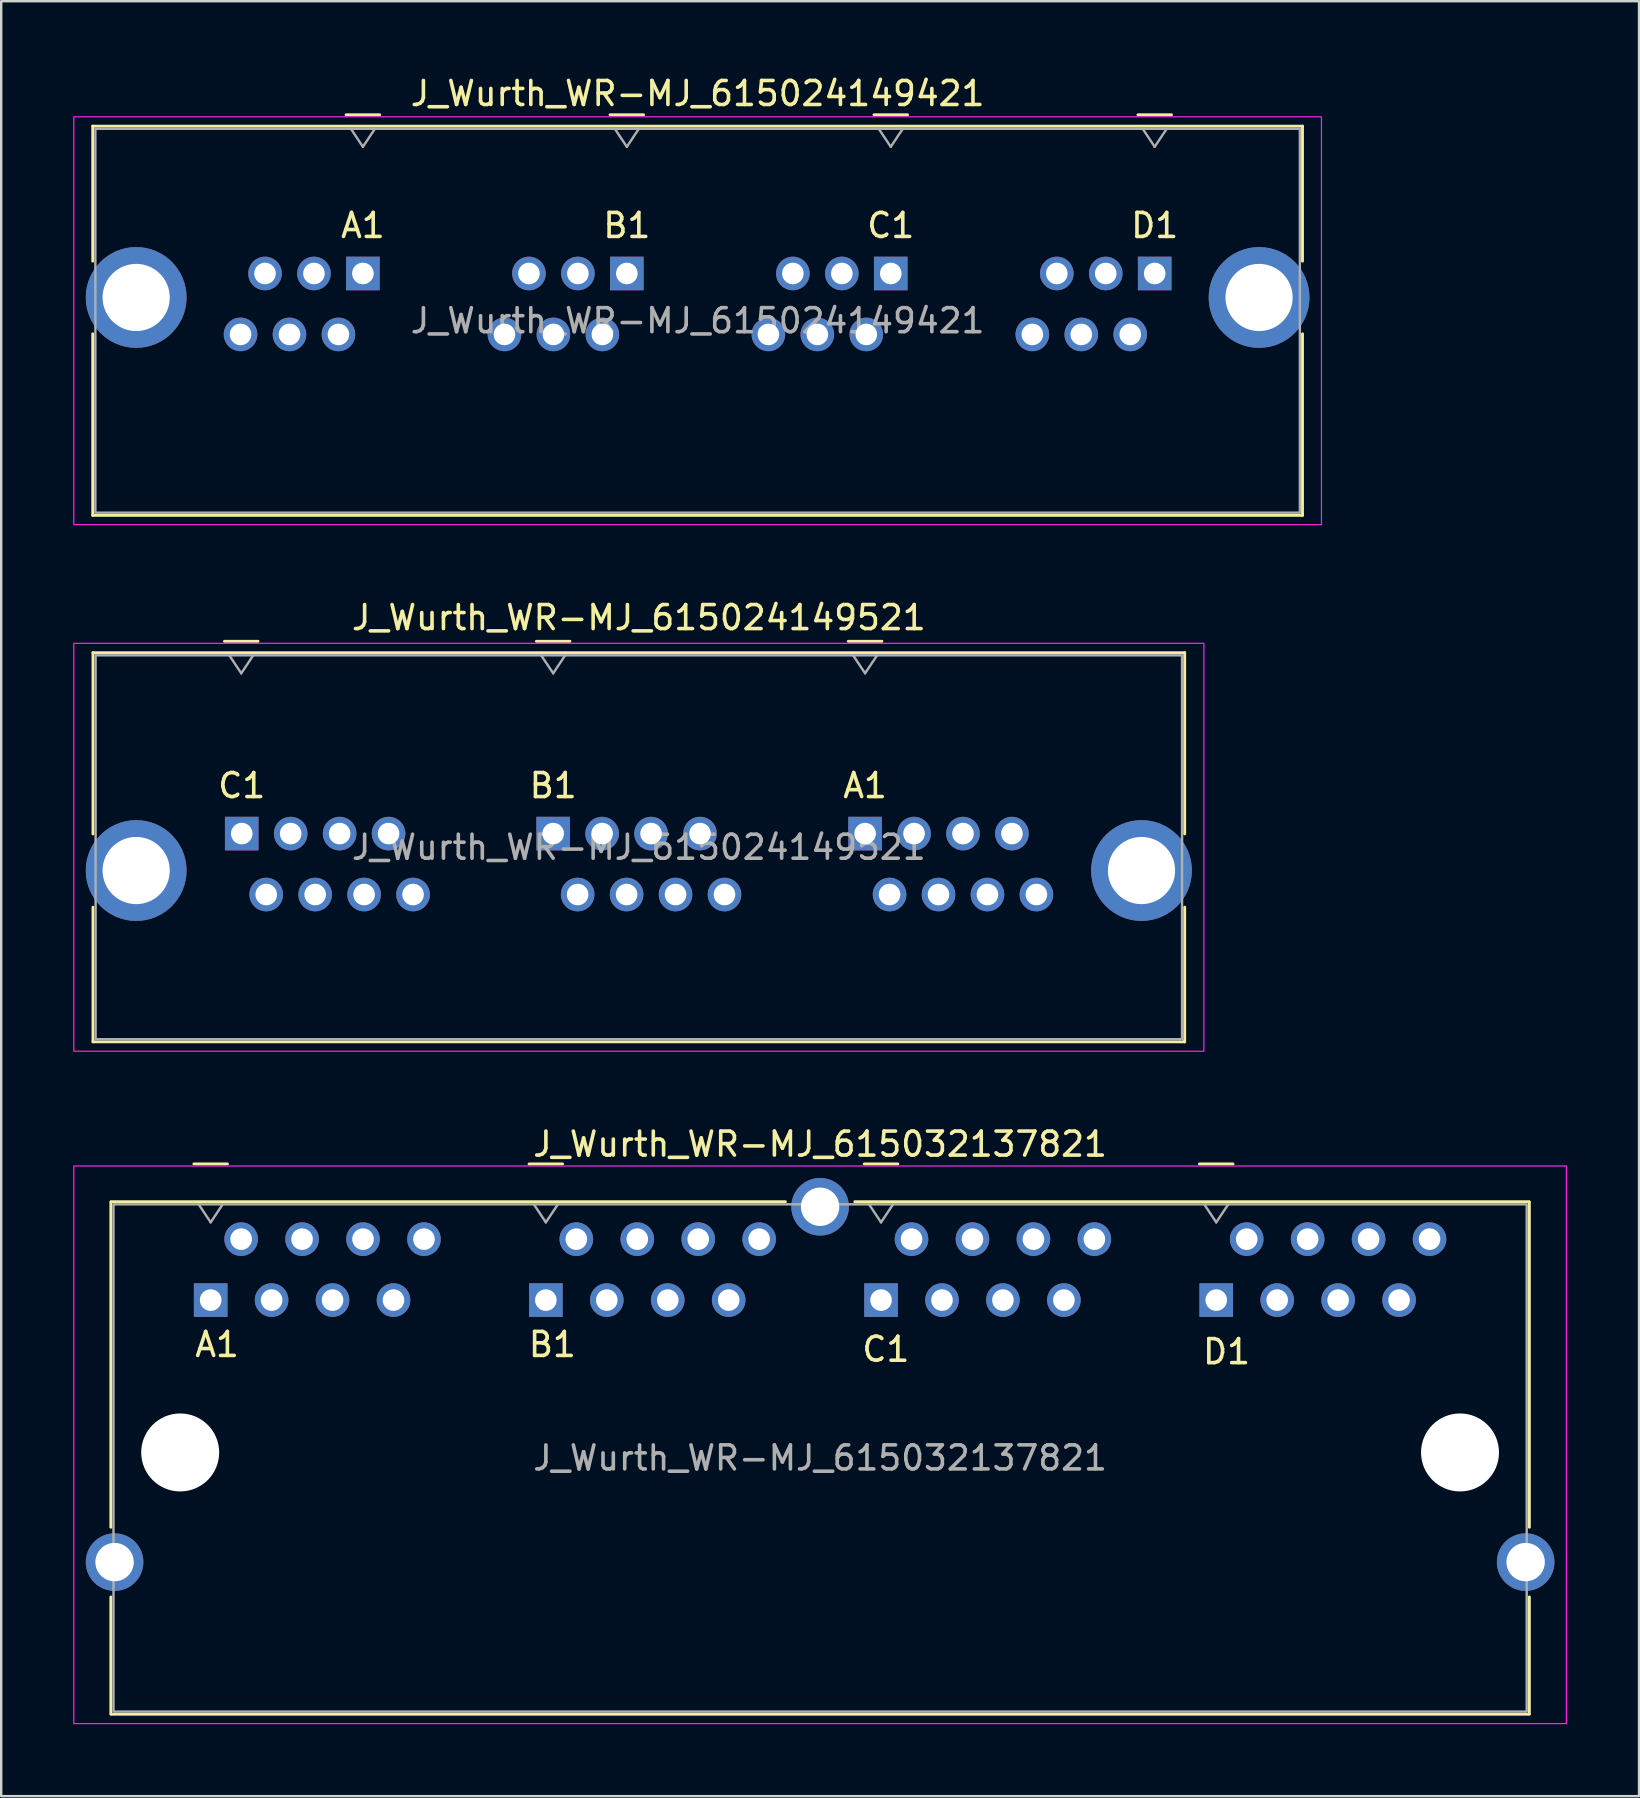
<source format=kicad_pcb>
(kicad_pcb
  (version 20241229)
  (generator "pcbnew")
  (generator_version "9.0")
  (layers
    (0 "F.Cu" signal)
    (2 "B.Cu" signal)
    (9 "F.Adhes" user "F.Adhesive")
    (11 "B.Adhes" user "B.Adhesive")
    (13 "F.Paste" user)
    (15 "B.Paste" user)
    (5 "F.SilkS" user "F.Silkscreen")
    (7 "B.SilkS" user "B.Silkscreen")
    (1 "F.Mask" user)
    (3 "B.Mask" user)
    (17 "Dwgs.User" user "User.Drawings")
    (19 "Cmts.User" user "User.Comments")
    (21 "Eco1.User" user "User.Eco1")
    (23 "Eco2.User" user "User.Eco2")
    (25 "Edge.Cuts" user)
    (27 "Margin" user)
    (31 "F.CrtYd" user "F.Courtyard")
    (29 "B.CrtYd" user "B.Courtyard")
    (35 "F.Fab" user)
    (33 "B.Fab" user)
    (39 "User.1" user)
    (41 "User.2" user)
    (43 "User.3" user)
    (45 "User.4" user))
  (footprint "J_Wurth_WR-MJ_615024149421"
    (layer "F.Cu")
    (at 12.075 8.348)
    (property "Reference" "J_Wurth_WR-MJ_615024149421" (at 13.95 -7.5 0) (unlocked yes) (layer "F.SilkS") (effects (font (size 1 1) (thickness 0.15))))
    (attr through_hole)
    (fp_line (start -11.26 -0.514) (end -11.26 -6.14) (stroke (width 0.12) (type solid)) (layer "F.SilkS"))
    (fp_line (start -11.26 2.514) (end -11.26 10.08) (stroke (width 0.12) (type solid)) (layer "F.SilkS"))
    (fp_line (start 0.7 -6.615) (end -0.7 -6.615) (stroke (width 0.12) (type solid)) (layer "F.SilkS"))
    (fp_line (start 11.7 -6.615) (end 10.3 -6.615) (stroke (width 0.12) (type solid)) (layer "F.SilkS"))
    (fp_line (start 22.7 -6.615) (end 21.3 -6.615) (stroke (width 0.12) (type solid)) (layer "F.SilkS"))
    (fp_line (start 33.7 -6.615) (end 32.3 -6.615) (stroke (width 0.12) (type solid)) (layer "F.SilkS"))
    (fp_line (start 39.16 -6.14) (end -11.26 -6.14) (stroke (width 0.12) (type solid)) (layer "F.SilkS"))
    (fp_line (start 39.16 -0.514) (end 39.16 -6.14) (stroke (width 0.12) (type solid)) (layer "F.SilkS"))
    (fp_line (start 39.16 2.514) (end 39.16 10.08) (stroke (width 0.12) (type solid)) (layer "F.SilkS"))
    (fp_line (start 39.16 10.08) (end -11.26 10.08) (stroke (width 0.12) (type solid)) (layer "F.SilkS"))
    (fp_rect (start -12.05 -6.53) (end 39.95 10.47) (stroke (width 0.05) (type solid)) (fill no) (layer "F.CrtYd"))
    (fp_line (start 0 -5.28) (end -0.5 -6.03) (stroke (width 0.1) (type solid)) (layer "F.Fab"))
    (fp_line (start 0 -5.28) (end 0.5 -6.03) (stroke (width 0.1) (type solid)) (layer "F.Fab"))
    (fp_line (start 11 -5.28) (end 10.5 -6.03) (stroke (width 0.1) (type solid)) (layer "F.Fab"))
    (fp_line (start 11 -5.28) (end 11.5 -6.03) (stroke (width 0.1) (type solid)) (layer "F.Fab"))
    (fp_line (start 22 -5.28) (end 21.5 -6.03) (stroke (width 0.1) (type solid)) (layer "F.Fab"))
    (fp_line (start 22 -5.28) (end 22.5 -6.03) (stroke (width 0.1) (type solid)) (layer "F.Fab"))
    (fp_line (start 33 -5.28) (end 32.5 -6.03) (stroke (width 0.1) (type solid)) (layer "F.Fab"))
    (fp_line (start 33 -5.28) (end 33.5 -6.03) (stroke (width 0.1) (type solid)) (layer "F.Fab"))
    (fp_rect (start -11.15 -6.03) (end 39.05 9.97) (stroke (width 0.1) (type solid)) (fill no) (layer "F.Fab"))
    (fp_text user "C1" (at 22 -2 0) (unlocked yes) (layer "F.SilkS") (effects (font (size 1 1) (thickness 0.15))))
    (fp_text user "A1" (at 0 -2 0) (unlocked yes) (layer "F.SilkS") (effects (font (size 1 1) (thickness 0.15))))
    (fp_text user "D1" (at 33 -2 0) (unlocked yes) (layer "F.SilkS") (effects (font (size 1 1) (thickness 0.15))))
    (fp_text user "B1" (at 11 -2 0) (unlocked yes) (layer "F.SilkS") (effects (font (size 1 1) (thickness 0.15))))
    (fp_text user "${REFERENCE}" (at 13.95 1.97 0) (unlocked yes) (layer "F.Fab") (effects (font (size 1 1) (thickness 0.15))))
    (pad "A1" thru_hole rect (at 0 0) (size 1.4 1.4) (drill 0.9) (layers "*.Cu" "*.Mask"))
    (pad "A2" thru_hole circle (at -1.02 2.54) (size 1.4 1.4) (drill 0.9) (layers "*.Cu" "*.Mask"))
    (pad "A3" thru_hole circle (at -2.04 0) (size 1.4 1.4) (drill 0.9) (layers "*.Cu" "*.Mask"))
    (pad "A4" thru_hole circle (at -3.06 2.54) (size 1.4 1.4) (drill 0.9) (layers "*.Cu" "*.Mask"))
    (pad "A5" thru_hole circle (at -4.08 0) (size 1.4 1.4) (drill 0.9) (layers "*.Cu" "*.Mask"))
    (pad "A6" thru_hole circle (at -5.1 2.54) (size 1.4 1.4) (drill 0.9) (layers "*.Cu" "*.Mask"))
    (pad "B1" thru_hole rect (at 11 0) (size 1.4 1.4) (drill 0.9) (layers "*.Cu" "*.Mask"))
    (pad "B2" thru_hole circle (at 9.98 2.54) (size 1.4 1.4) (drill 0.9) (layers "*.Cu" "*.Mask"))
    (pad "B3" thru_hole circle (at 8.96 0) (size 1.4 1.4) (drill 0.9) (layers "*.Cu" "*.Mask"))
    (pad "B4" thru_hole circle (at 7.94 2.54) (size 1.4 1.4) (drill 0.9) (layers "*.Cu" "*.Mask"))
    (pad "B5" thru_hole circle (at 6.92 0) (size 1.4 1.4) (drill 0.9) (layers "*.Cu" "*.Mask"))
    (pad "B6" thru_hole circle (at 5.9 2.54) (size 1.4 1.4) (drill 0.9) (layers "*.Cu" "*.Mask"))
    (pad "C1" thru_hole rect (at 22 0) (size 1.4 1.4) (drill 0.9) (layers "*.Cu" "*.Mask"))
    (pad "C2" thru_hole circle (at 20.98 2.54) (size 1.4 1.4) (drill 0.9) (layers "*.Cu" "*.Mask"))
    (pad "C3" thru_hole circle (at 19.96 0) (size 1.4 1.4) (drill 0.9) (layers "*.Cu" "*.Mask"))
    (pad "C4" thru_hole circle (at 18.94 2.54) (size 1.4 1.4) (drill 0.9) (layers "*.Cu" "*.Mask"))
    (pad "C5" thru_hole circle (at 17.92 0) (size 1.4 1.4) (drill 0.9) (layers "*.Cu" "*.Mask"))
    (pad "C6" thru_hole circle (at 16.9 2.54) (size 1.4 1.4) (drill 0.9) (layers "*.Cu" "*.Mask"))
    (pad "D1" thru_hole rect (at 33 0) (size 1.4 1.4) (drill 0.9) (layers "*.Cu" "*.Mask"))
    (pad "D2" thru_hole circle (at 31.98 2.54) (size 1.4 1.4) (drill 0.9) (layers "*.Cu" "*.Mask"))
    (pad "D3" thru_hole circle (at 30.96 0) (size 1.4 1.4) (drill 0.9) (layers "*.Cu" "*.Mask"))
    (pad "D4" thru_hole circle (at 29.94 2.54) (size 1.4 1.4) (drill 0.9) (layers "*.Cu" "*.Mask"))
    (pad "D5" thru_hole circle (at 28.92 0) (size 1.4 1.4) (drill 0.9) (layers "*.Cu" "*.Mask"))
    (pad "D6" thru_hole circle (at 27.9 2.54) (size 1.4 1.4) (drill 0.9) (layers "*.Cu" "*.Mask"))
    (pad "S1" thru_hole circle (at -9.45 1) (size 4.2 4.2) (drill 2.8) (layers "*.Cu" "*.Mask"))
    (pad "S2" thru_hole circle (at 37.35 1) (size 4.2 4.2) (drill 2.8) (layers "*.Cu" "*.Mask")))
  (footprint "J_Wurth_WR-MJ_615032137821"
    (layer "F.Cu")
    (at 5.73 51.135)
    (property "Reference" "J_Wurth_WR-MJ_615032137821" (at 25.4 -6.5 0) (unlocked yes) (layer "F.SilkS") (effects (font (size 1 1) (thickness 0.15))))
    (attr through_hole)
    (fp_line (start -4.16 -4.09) (end -4.16 9.468) (stroke (width 0.12) (type solid)) (layer "F.SilkS"))
    (fp_line (start -4.16 12.372) (end -4.16 17.25) (stroke (width 0.12) (type solid)) (layer "F.SilkS"))
    (fp_line (start -4.15 17.26) (end 54.95 17.26) (stroke (width 0.12) (type solid)) (layer "F.SilkS"))
    (fp_line (start 0.7 -5.675) (end -0.7 -5.675) (stroke (width 0.12) (type solid)) (layer "F.SilkS"))
    (fp_line (start 14.67 -5.675) (end 13.27 -5.675) (stroke (width 0.12) (type solid)) (layer "F.SilkS"))
    (fp_line (start 23.955 -4.1) (end -4.15 -4.1) (stroke (width 0.12) (type solid)) (layer "F.SilkS"))
    (fp_line (start 26.845 -4.1) (end 54.95 -4.1) (stroke (width 0.12) (type solid)) (layer "F.SilkS"))
    (fp_line (start 28.64 -5.675) (end 27.24 -5.675) (stroke (width 0.12) (type solid)) (layer "F.SilkS"))
    (fp_line (start 42.61 -5.675) (end 41.21 -5.675) (stroke (width 0.12) (type solid)) (layer "F.SilkS"))
    (fp_line (start 54.96 -4.09) (end 54.96 9.468) (stroke (width 0.12) (type solid)) (layer "F.SilkS"))
    (fp_line (start 54.96 17.25) (end 54.96 12.372) (stroke (width 0.12) (type solid)) (layer "F.SilkS"))
    (fp_rect (start -5.705 -5.59) (end 56.505 17.65) (stroke (width 0.05) (type solid)) (fill no) (layer "F.CrtYd"))
    (fp_line (start 0 -3.24) (end -0.5 -3.99) (stroke (width 0.1) (type solid)) (layer "F.Fab"))
    (fp_line (start 0 -3.24) (end 0.5 -3.99) (stroke (width 0.1) (type solid)) (layer "F.Fab"))
    (fp_line (start 13.97 -3.24) (end 13.47 -3.99) (stroke (width 0.1) (type solid)) (layer "F.Fab"))
    (fp_line (start 13.97 -3.24) (end 14.47 -3.99) (stroke (width 0.1) (type solid)) (layer "F.Fab"))
    (fp_line (start 27.94 -3.24) (end 27.44 -3.99) (stroke (width 0.1) (type solid)) (layer "F.Fab"))
    (fp_line (start 27.94 -3.24) (end 28.44 -3.99) (stroke (width 0.1) (type solid)) (layer "F.Fab"))
    (fp_line (start 41.91 -3.24) (end 41.41 -3.99) (stroke (width 0.1) (type solid)) (layer "F.Fab"))
    (fp_line (start 41.91 -3.24) (end 42.41 -3.99) (stroke (width 0.1) (type solid)) (layer "F.Fab"))
    (fp_rect (start -4.05 -3.99) (end 54.85 17.15) (stroke (width 0.1) (type solid)) (fill no) (layer "F.Fab"))
    (fp_text user "D1" (at 41.265 2.735 0) (unlocked yes) (layer "F.SilkS") (effects (font (size 1 1) (thickness 0.15)) (justify left bottom)))
    (fp_text user "B1" (at 13.165 2.435 0) (unlocked yes) (layer "F.SilkS") (effects (font (size 1 1) (thickness 0.15)) (justify left bottom)))
    (fp_text user "A1" (at -0.735 2.435 0) (unlocked yes) (layer "F.SilkS") (effects (font (size 1 1) (thickness 0.15)) (justify left bottom)))
    (fp_text user "C1" (at 27.065 2.635 0) (unlocked yes) (layer "F.SilkS") (effects (font (size 1 1) (thickness 0.15)) (justify left bottom)))
    (fp_text user "${REFERENCE}" (at 25.4 6.58 0) (unlocked yes) (layer "F.Fab") (effects (font (size 1 1) (thickness 0.15))))
    (pad "" np_thru_hole circle (at -1.27 6.35) (size 3.25 3.25) (drill 3.25) (layers "*.Cu" "*.Mask"))
    (pad "" np_thru_hole circle (at 52.07 6.35) (size 3.25 3.25) (drill 3.25) (layers "*.Cu" "*.Mask"))
    (pad "A1" thru_hole rect (at 0 0) (size 1.4 1.4) (drill 0.9) (layers "*.Cu" "*.Mask"))
    (pad "A2" thru_hole circle (at 1.27 -2.54) (size 1.4 1.4) (drill 0.9) (layers "*.Cu" "*.Mask"))
    (pad "A3" thru_hole circle (at 2.54 0) (size 1.4 1.4) (drill 0.9) (layers "*.Cu" "*.Mask"))
    (pad "A4" thru_hole circle (at 3.81 -2.54) (size 1.4 1.4) (drill 0.9) (layers "*.Cu" "*.Mask"))
    (pad "A5" thru_hole circle (at 5.08 0) (size 1.4 1.4) (drill 0.9) (layers "*.Cu" "*.Mask"))
    (pad "A6" thru_hole circle (at 6.35 -2.54) (size 1.4 1.4) (drill 0.9) (layers "*.Cu" "*.Mask"))
    (pad "A7" thru_hole circle (at 7.62 0) (size 1.4 1.4) (drill 0.9) (layers "*.Cu" "*.Mask"))
    (pad "A8" thru_hole circle (at 8.89 -2.54) (size 1.4 1.4) (drill 0.9) (layers "*.Cu" "*.Mask"))
    (pad "B1" thru_hole rect (at 13.97 0) (size 1.4 1.4) (drill 0.9) (layers "*.Cu" "*.Mask"))
    (pad "B2" thru_hole circle (at 15.24 -2.54) (size 1.4 1.4) (drill 0.9) (layers "*.Cu" "*.Mask"))
    (pad "B3" thru_hole circle (at 16.51 0) (size 1.4 1.4) (drill 0.9) (layers "*.Cu" "*.Mask"))
    (pad "B4" thru_hole circle (at 17.78 -2.54) (size 1.4 1.4) (drill 0.9) (layers "*.Cu" "*.Mask"))
    (pad "B5" thru_hole circle (at 19.05 0) (size 1.4 1.4) (drill 0.9) (layers "*.Cu" "*.Mask"))
    (pad "B6" thru_hole circle (at 20.32 -2.54) (size 1.4 1.4) (drill 0.9) (layers "*.Cu" "*.Mask"))
    (pad "B7" thru_hole circle (at 21.59 0) (size 1.4 1.4) (drill 0.9) (layers "*.Cu" "*.Mask"))
    (pad "B8" thru_hole circle (at 22.86 -2.54) (size 1.4 1.4) (drill 0.9) (layers "*.Cu" "*.Mask"))
    (pad "C1" thru_hole rect (at 27.94 0) (size 1.4 1.4) (drill 0.9) (layers "*.Cu" "*.Mask"))
    (pad "C2" thru_hole circle (at 29.21 -2.54) (size 1.4 1.4) (drill 0.9) (layers "*.Cu" "*.Mask"))
    (pad "C3" thru_hole circle (at 30.48 0) (size 1.4 1.4) (drill 0.9) (layers "*.Cu" "*.Mask"))
    (pad "C4" thru_hole circle (at 31.75 -2.54) (size 1.4 1.4) (drill 0.9) (layers "*.Cu" "*.Mask"))
    (pad "C5" thru_hole circle (at 33.02 0) (size 1.4 1.4) (drill 0.9) (layers "*.Cu" "*.Mask"))
    (pad "C6" thru_hole circle (at 34.29 -2.54) (size 1.4 1.4) (drill 0.9) (layers "*.Cu" "*.Mask"))
    (pad "C7" thru_hole circle (at 35.56 0) (size 1.4 1.4) (drill 0.9) (layers "*.Cu" "*.Mask"))
    (pad "C8" thru_hole circle (at 36.83 -2.54) (size 1.4 1.4) (drill 0.9) (layers "*.Cu" "*.Mask"))
    (pad "D1" thru_hole rect (at 41.91 0) (size 1.4 1.4) (drill 0.9) (layers "*.Cu" "*.Mask"))
    (pad "D2" thru_hole circle (at 43.18 -2.54) (size 1.4 1.4) (drill 0.9) (layers "*.Cu" "*.Mask"))
    (pad "D3" thru_hole circle (at 44.45 0) (size 1.4 1.4) (drill 0.9) (layers "*.Cu" "*.Mask"))
    (pad "D4" thru_hole circle (at 45.72 -2.54) (size 1.4 1.4) (drill 0.9) (layers "*.Cu" "*.Mask"))
    (pad "D5" thru_hole circle (at 46.99 0) (size 1.4 1.4) (drill 0.9) (layers "*.Cu" "*.Mask"))
    (pad "D6" thru_hole circle (at 48.26 -2.54) (size 1.4 1.4) (drill 0.9) (layers "*.Cu" "*.Mask"))
    (pad "D7" thru_hole circle (at 49.53 0) (size 1.4 1.4) (drill 0.9) (layers "*.Cu" "*.Mask"))
    (pad "D8" thru_hole circle (at 50.8 -2.54) (size 1.4 1.4) (drill 0.9) (layers "*.Cu" "*.Mask"))
    (pad "S1" thru_hole circle (at -4.005 10.92) (size 2.4 2.4) (drill 1.6) (layers "*.Cu" "*.Mask"))
    (pad "S2" thru_hole circle (at 25.4 -3.89) (size 2.4 2.4) (drill 1.6) (layers "*.Cu" "*.Mask"))
    (pad "S3" thru_hole circle (at 54.805 10.92) (size 2.4 2.4) (drill 1.6) (layers "*.Cu" "*.Mask")))
  (footprint "J_Wurth_WR-MJ_615024149521"
    (layer "F.Cu")
    (at 33.005 31.692)
    (property "Reference" "J_Wurth_WR-MJ_615024149521" (at -9.43 -9 0) (unlocked yes) (layer "F.SilkS") (effects (font (size 1 1) (thickness 0.15))))
    (attr through_hole)
    (fp_line (start -32.18 -7.54) (end 13.32 -7.54) (stroke (width 0.12) (type solid)) (layer "F.SilkS"))
    (fp_line (start -32.18 0.014) (end -32.18 -7.54) (stroke (width 0.12) (type solid)) (layer "F.SilkS"))
    (fp_line (start -32.18 3.066) (end -32.18 8.68) (stroke (width 0.12) (type solid)) (layer "F.SilkS"))
    (fp_line (start -32.18 8.68) (end 13.32 8.68) (stroke (width 0.12) (type solid)) (layer "F.SilkS"))
    (fp_line (start -25.3 -8.015) (end -26.7 -8.015) (stroke (width 0.12) (type solid)) (layer "F.SilkS"))
    (fp_line (start -12.3 -8.015) (end -13.7 -8.015) (stroke (width 0.12) (type solid)) (layer "F.SilkS"))
    (fp_line (start 0.7 -8.015) (end -0.7 -8.015) (stroke (width 0.12) (type solid)) (layer "F.SilkS"))
    (fp_line (start 13.32 0.014) (end 13.32 -7.54) (stroke (width 0.12) (type solid)) (layer "F.SilkS"))
    (fp_line (start 13.32 3.066) (end 13.32 8.68) (stroke (width 0.12) (type solid)) (layer "F.SilkS"))
    (fp_rect (start -32.98 -7.93) (end 14.12 9.07) (stroke (width 0.05) (type solid)) (fill no) (layer "F.CrtYd"))
    (fp_line (start -26 -6.68) (end -26.5 -7.43) (stroke (width 0.1) (type solid)) (layer "F.Fab"))
    (fp_line (start -26 -6.68) (end -25.5 -7.43) (stroke (width 0.1) (type solid)) (layer "F.Fab"))
    (fp_line (start -13 -6.68) (end -13.5 -7.43) (stroke (width 0.1) (type solid)) (layer "F.Fab"))
    (fp_line (start -13 -6.68) (end -12.5 -7.43) (stroke (width 0.1) (type solid)) (layer "F.Fab"))
    (fp_line (start 0 -6.68) (end -0.5 -7.43) (stroke (width 0.1) (type solid)) (layer "F.Fab"))
    (fp_line (start 0 -6.68) (end 0.5 -7.43) (stroke (width 0.1) (type solid)) (layer "F.Fab"))
    (fp_rect (start -32.07 -7.43) (end 13.21 8.57) (stroke (width 0.1) (type solid)) (fill no) (layer "F.Fab"))
    (fp_text user "A1" (at 0 -2 0) (unlocked yes) (layer "F.SilkS") (effects (font (size 1 1) (thickness 0.15))))
    (fp_text user "C1" (at -25.98 -2 0) (unlocked yes) (layer "F.SilkS") (effects (font (size 1 1) (thickness 0.15))))
    (fp_text user "B1" (at -13 -2 0) (unlocked yes) (layer "F.SilkS") (effects (font (size 1 1) (thickness 0.15))))
    (fp_text user "${REFERENCE}" (at -9.43 0.57 0) (unlocked yes) (layer "F.Fab") (effects (font (size 1 1) (thickness 0.15))))
    (pad "A1" thru_hole rect (at 0 0 180) (size 1.4 1.4) (drill 0.9) (layers "*.Cu" "*.Mask"))
    (pad "A2" thru_hole circle (at 1.02 2.54 180) (size 1.4 1.4) (drill 0.9) (layers "*.Cu" "*.Mask"))
    (pad "A3" thru_hole circle (at 2.04 0 180) (size 1.4 1.4) (drill 0.9) (layers "*.Cu" "*.Mask"))
    (pad "A4" thru_hole circle (at 3.06 2.54 180) (size 1.4 1.4) (drill 0.9) (layers "*.Cu" "*.Mask"))
    (pad "A5" thru_hole circle (at 4.08 0 180) (size 1.4 1.4) (drill 0.9) (layers "*.Cu" "*.Mask"))
    (pad "A6" thru_hole circle (at 5.1 2.54 180) (size 1.4 1.4) (drill 0.9) (layers "*.Cu" "*.Mask"))
    (pad "A7" thru_hole circle (at 6.12 0 180) (size 1.4 1.4) (drill 0.9) (layers "*.Cu" "*.Mask"))
    (pad "A8" thru_hole circle (at 7.14 2.54 180) (size 1.4 1.4) (drill 0.9) (layers "*.Cu" "*.Mask"))
    (pad "B1" thru_hole rect (at -13 0 180) (size 1.4 1.4) (drill 0.9) (layers "*.Cu" "*.Mask"))
    (pad "B2" thru_hole circle (at -11.98 2.54 180) (size 1.4 1.4) (drill 0.9) (layers "*.Cu" "*.Mask"))
    (pad "B3" thru_hole circle (at -10.96 0 180) (size 1.4 1.4) (drill 0.9) (layers "*.Cu" "*.Mask"))
    (pad "B4" thru_hole circle (at -9.94 2.54 180) (size 1.4 1.4) (drill 0.9) (layers "*.Cu" "*.Mask"))
    (pad "B5" thru_hole circle (at -8.92 0 180) (size 1.4 1.4) (drill 0.9) (layers "*.Cu" "*.Mask"))
    (pad "B6" thru_hole circle (at -7.9 2.54 180) (size 1.4 1.4) (drill 0.9) (layers "*.Cu" "*.Mask"))
    (pad "B7" thru_hole circle (at -6.88 0 180) (size 1.4 1.4) (drill 0.9) (layers "*.Cu" "*.Mask"))
    (pad "B8" thru_hole circle (at -5.86 2.54 180) (size 1.4 1.4) (drill 0.9) (layers "*.Cu" "*.Mask"))
    (pad "C1" thru_hole rect (at -25.98 0 180) (size 1.4 1.4) (drill 0.9) (layers "*.Cu" "*.Mask"))
    (pad "C2" thru_hole circle (at -24.96 2.54 180) (size 1.4 1.4) (drill 0.9) (layers "*.Cu" "*.Mask"))
    (pad "C3" thru_hole circle (at -23.94 0 180) (size 1.4 1.4) (drill 0.9) (layers "*.Cu" "*.Mask"))
    (pad "C4" thru_hole circle (at -22.92 2.54 180) (size 1.4 1.4) (drill 0.9) (layers "*.Cu" "*.Mask"))
    (pad "C5" thru_hole circle (at -21.9 0 180) (size 1.4 1.4) (drill 0.9) (layers "*.Cu" "*.Mask"))
    (pad "C6" thru_hole circle (at -20.88 2.54 180) (size 1.4 1.4) (drill 0.9) (layers "*.Cu" "*.Mask"))
    (pad "C7" thru_hole circle (at -19.86 0 180) (size 1.4 1.4) (drill 0.9) (layers "*.Cu" "*.Mask"))
    (pad "C8" thru_hole circle (at -18.84 2.54 180) (size 1.4 1.4) (drill 0.9) (layers "*.Cu" "*.Mask"))
    (pad "S1" thru_hole circle (at 11.52 1.54 180) (size 4.2 4.2) (drill 2.8) (layers "*.Cu" "*.Mask"))
    (pad "S2" thru_hole circle (at -30.38 1.54 180) (size 4.2 4.2) (drill 2.8) (layers "*.Cu" "*.Mask")))
  (gr_rect
    (start -3 -3)
    (end 65.26 71.81)
    (stroke (width 0.1) (type default))
    (fill no)
    (layer "Edge.Cuts")))
</source>
